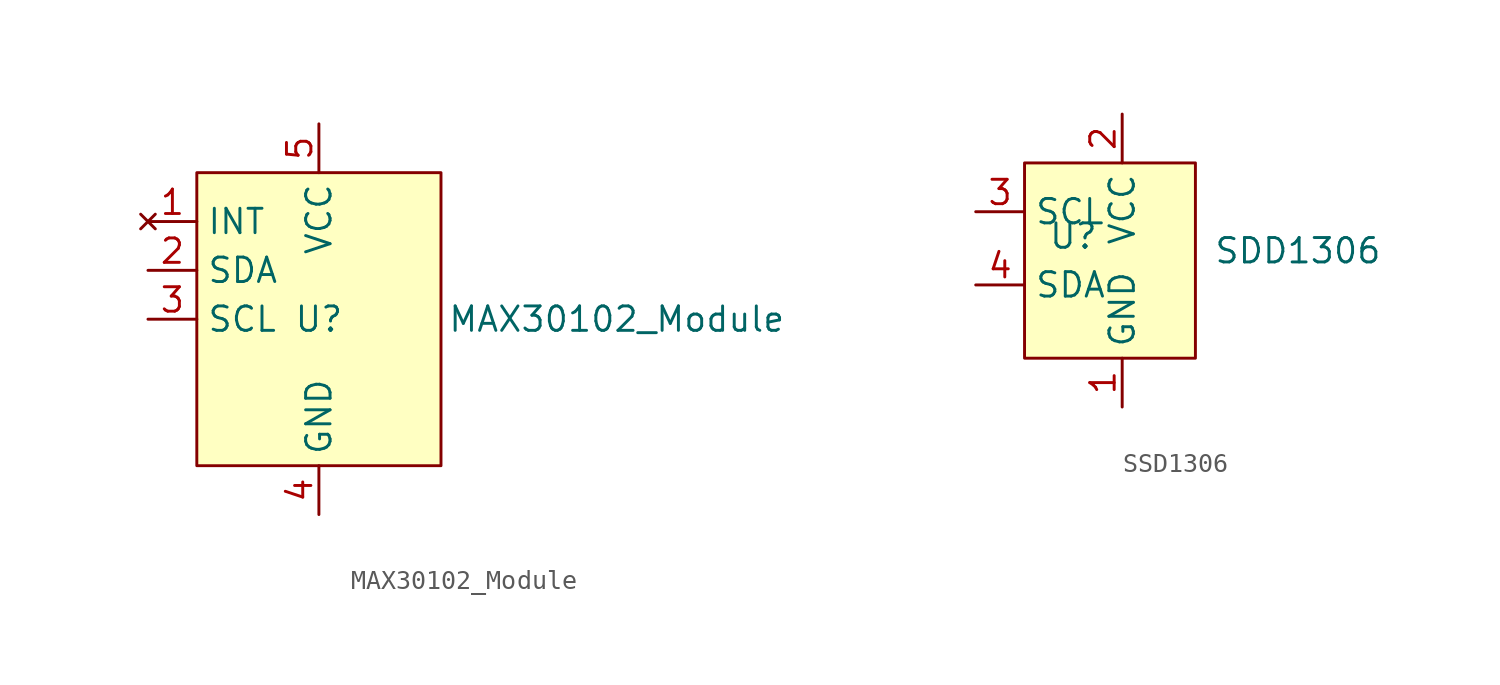
<source format=kicad_sym>
(kicad_symbol_lib
  (version 20241209)
  (generator "kicad_symbol_editor")
  (generator_version "9.0")
  (symbol "MAX30102_Module"
    (property "Reference" "U"
      (at 0 0 0)
      (effects (font (size 1.27 1.27))))
    (property "Value" "MAX30102_Module"
      (at 15.494 0 0)
      (effects (font (size 1.27 1.27))))
    (symbol "MAX30102_Module_1_1"
      (rectangle (start -6.35 7.62) (end 6.35 -7.62) (stroke (width 0) (type solid)) (fill (type background)))
      (pin no_connect line (at -8.89 5.08 0) (length 2.54) (name "INT" (effects (font (size 1.27 1.27)))) (number "1" (effects (font (size 1.27 1.27)))))
      (pin bidirectional line (at -8.89 2.54 0) (length 2.54) (name "SDA" (effects (font (size 1.27 1.27)))) (number "2" (effects (font (size 1.27 1.27)))))
      (pin input line (at -8.89 0 0) (length 2.54) (name "SCL" (effects (font (size 1.27 1.27)))) (number "3" (effects (font (size 1.27 1.27)))))
      (pin power_in line (at 0 10.16 270) (length 2.54) (name "VCC" (effects (font (size 1.27 1.27)))) (number "5" (effects (font (size 1.27 1.27)))))
      (pin power_in line (at 0 -10.16 90) (length 2.54) (name "GND" (effects (font (size 1.27 1.27)))) (number "4" (effects (font (size 1.27 1.27)))))))
  (symbol "SSD1306"
    (property "Reference" "U"
      (at 0 0 0)
      (effects (font (size 1.27 1.27))))
    (property "Value" "SDD1306"
      (at 11.684 -0.762 0)
      (effects (font (size 1.27 1.27))))
    (symbol "SSD1306_1_1"
      (rectangle (start -2.54 3.81) (end 6.35 -6.35) (stroke (width 0) (type solid)) (fill (type background)))
      (pin input line (at -5.08 1.27 0) (length 2.54) (name "SCL" (effects (font (size 1.27 1.27)))) (number "3" (effects (font (size 1.27 1.27)))))
      (pin bidirectional line (at -5.08 -2.54 0) (length 2.54) (name "SDA" (effects (font (size 1.27 1.27)))) (number "4" (effects (font (size 1.27 1.27)))))
      (pin power_in line (at 2.54 6.35 270) (length 2.54) (name "VCC" (effects (font (size 1.27 1.27)))) (number "2" (effects (font (size 1.27 1.27)))))
      (pin power_in line (at 2.54 -8.89 90) (length 2.54) (name "GND" (effects (font (size 1.27 1.27)))) (number "1" (effects (font (size 1.27 1.27))))))))
</source>
